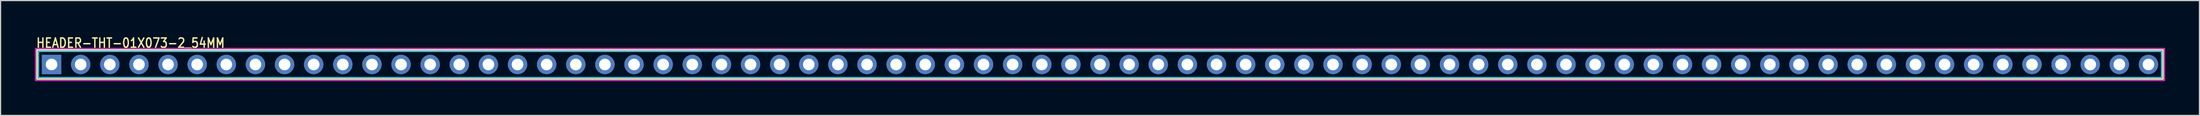
<source format=kicad_pcb>
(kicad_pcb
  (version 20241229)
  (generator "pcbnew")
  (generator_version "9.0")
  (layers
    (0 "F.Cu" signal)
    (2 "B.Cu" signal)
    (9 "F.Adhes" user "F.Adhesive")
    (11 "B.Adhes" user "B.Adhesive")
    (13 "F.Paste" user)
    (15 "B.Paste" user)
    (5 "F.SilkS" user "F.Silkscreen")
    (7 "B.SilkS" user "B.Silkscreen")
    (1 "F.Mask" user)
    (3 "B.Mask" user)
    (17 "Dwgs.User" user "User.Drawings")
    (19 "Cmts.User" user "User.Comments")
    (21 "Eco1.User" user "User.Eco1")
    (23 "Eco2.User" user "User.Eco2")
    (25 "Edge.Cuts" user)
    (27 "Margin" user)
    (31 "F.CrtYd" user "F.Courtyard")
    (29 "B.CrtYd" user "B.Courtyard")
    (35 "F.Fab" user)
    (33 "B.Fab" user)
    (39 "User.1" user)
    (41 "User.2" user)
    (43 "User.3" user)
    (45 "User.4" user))
  (footprint "HEADER-THT-01X073-2_54MM"
    (layer "F.Cu")
    (at 1.447 2.579)
    (property "Reference" "HEADER-THT-01X073-2_54MM" (at -1.4 -1.4 0) (unlocked yes) (layer "F.SilkS") (effects (font (size 0.813 0.695) (thickness 0.122)) (justify left bottom)))
    (fp_line (start -1.27 -1.27) (end -1.27 1.27) (stroke (width 0.127) (type solid)) (layer "F.SilkS"))
    (fp_line (start -1.27 1.27) (end 184.15 1.27) (stroke (width 0.127) (type solid)) (layer "F.SilkS"))
    (fp_line (start 184.15 -1.27) (end -1.27 -1.27) (stroke (width 0.127) (type solid)) (layer "F.SilkS"))
    (fp_line (start 184.15 1.27) (end 184.15 -1.27) (stroke (width 0.127) (type solid)) (layer "F.SilkS"))
    (fp_poly (pts (xy -1.143 -1.143) (xy 184.023 -1.143) (xy 184.023 1.143) (xy -1.143 1.143)) (stroke (width 0.1) (type solid)) (fill no) (layer "B.CrtYd"))
    (fp_poly (pts (xy -1.397 -1.397) (xy 184.277 -1.397) (xy 184.277 1.397) (xy -1.397 1.397)) (stroke (width 0.1) (type solid)) (fill no) (layer "F.CrtYd"))
    (pad "1" thru_hole rect (at 0 0) (size 1.693 1.693) (drill 1.016) (layers "*.Cu" "*.Mask"))
    (pad "2" thru_hole oval (at 2.54 0) (size 1.693 1.693) (drill 1.016) (layers "*.Cu" "*.Mask"))
    (pad "3" thru_hole oval (at 5.08 0) (size 1.693 1.693) (drill 1.016) (layers "*.Cu" "*.Mask"))
    (pad "4" thru_hole oval (at 7.62 0) (size 1.693 1.693) (drill 1.016) (layers "*.Cu" "*.Mask"))
    (pad "5" thru_hole oval (at 10.16 0) (size 1.693 1.693) (drill 1.016) (layers "*.Cu" "*.Mask"))
    (pad "6" thru_hole oval (at 12.7 0) (size 1.693 1.693) (drill 1.016) (layers "*.Cu" "*.Mask"))
    (pad "7" thru_hole oval (at 15.24 0) (size 1.693 1.693) (drill 1.016) (layers "*.Cu" "*.Mask"))
    (pad "8" thru_hole oval (at 17.78 0) (size 1.693 1.693) (drill 1.016) (layers "*.Cu" "*.Mask"))
    (pad "9" thru_hole oval (at 20.32 0) (size 1.693 1.693) (drill 1.016) (layers "*.Cu" "*.Mask"))
    (pad "10" thru_hole oval (at 22.86 0) (size 1.693 1.693) (drill 1.016) (layers "*.Cu" "*.Mask"))
    (pad "11" thru_hole oval (at 25.4 0) (size 1.693 1.693) (drill 1.016) (layers "*.Cu" "*.Mask"))
    (pad "12" thru_hole oval (at 27.94 0) (size 1.693 1.693) (drill 1.016) (layers "*.Cu" "*.Mask"))
    (pad "13" thru_hole oval (at 30.48 0) (size 1.693 1.693) (drill 1.016) (layers "*.Cu" "*.Mask"))
    (pad "14" thru_hole oval (at 33.02 0) (size 1.693 1.693) (drill 1.016) (layers "*.Cu" "*.Mask"))
    (pad "15" thru_hole oval (at 35.56 0) (size 1.693 1.693) (drill 1.016) (layers "*.Cu" "*.Mask"))
    (pad "16" thru_hole oval (at 38.1 0) (size 1.693 1.693) (drill 1.016) (layers "*.Cu" "*.Mask"))
    (pad "17" thru_hole oval (at 40.64 0) (size 1.693 1.693) (drill 1.016) (layers "*.Cu" "*.Mask"))
    (pad "18" thru_hole oval (at 43.18 0) (size 1.693 1.693) (drill 1.016) (layers "*.Cu" "*.Mask"))
    (pad "19" thru_hole oval (at 45.72 0) (size 1.693 1.693) (drill 1.016) (layers "*.Cu" "*.Mask"))
    (pad "20" thru_hole oval (at 48.26 0) (size 1.693 1.693) (drill 1.016) (layers "*.Cu" "*.Mask"))
    (pad "21" thru_hole oval (at 50.8 0) (size 1.693 1.693) (drill 1.016) (layers "*.Cu" "*.Mask"))
    (pad "22" thru_hole oval (at 53.34 0) (size 1.693 1.693) (drill 1.016) (layers "*.Cu" "*.Mask"))
    (pad "23" thru_hole oval (at 55.88 0) (size 1.693 1.693) (drill 1.016) (layers "*.Cu" "*.Mask"))
    (pad "24" thru_hole oval (at 58.42 0) (size 1.693 1.693) (drill 1.016) (layers "*.Cu" "*.Mask"))
    (pad "25" thru_hole oval (at 60.96 0) (size 1.693 1.693) (drill 1.016) (layers "*.Cu" "*.Mask"))
    (pad "26" thru_hole oval (at 63.5 0) (size 1.693 1.693) (drill 1.016) (layers "*.Cu" "*.Mask"))
    (pad "27" thru_hole oval (at 66.04 0) (size 1.693 1.693) (drill 1.016) (layers "*.Cu" "*.Mask"))
    (pad "28" thru_hole oval (at 68.58 0) (size 1.693 1.693) (drill 1.016) (layers "*.Cu" "*.Mask"))
    (pad "29" thru_hole oval (at 71.12 0) (size 1.693 1.693) (drill 1.016) (layers "*.Cu" "*.Mask"))
    (pad "30" thru_hole oval (at 73.66 0) (size 1.693 1.693) (drill 1.016) (layers "*.Cu" "*.Mask"))
    (pad "31" thru_hole oval (at 76.2 0) (size 1.693 1.693) (drill 1.016) (layers "*.Cu" "*.Mask"))
    (pad "32" thru_hole oval (at 78.74 0) (size 1.693 1.693) (drill 1.016) (layers "*.Cu" "*.Mask"))
    (pad "33" thru_hole oval (at 81.28 0) (size 1.693 1.693) (drill 1.016) (layers "*.Cu" "*.Mask"))
    (pad "34" thru_hole oval (at 83.82 0) (size 1.693 1.693) (drill 1.016) (layers "*.Cu" "*.Mask"))
    (pad "35" thru_hole oval (at 86.36 0) (size 1.693 1.693) (drill 1.016) (layers "*.Cu" "*.Mask"))
    (pad "36" thru_hole oval (at 88.9 0) (size 1.693 1.693) (drill 1.016) (layers "*.Cu" "*.Mask"))
    (pad "37" thru_hole oval (at 91.44 0) (size 1.693 1.693) (drill 1.016) (layers "*.Cu" "*.Mask"))
    (pad "38" thru_hole oval (at 93.98 0) (size 1.693 1.693) (drill 1.016) (layers "*.Cu" "*.Mask"))
    (pad "39" thru_hole oval (at 96.52 0) (size 1.693 1.693) (drill 1.016) (layers "*.Cu" "*.Mask"))
    (pad "40" thru_hole oval (at 99.06 0) (size 1.693 1.693) (drill 1.016) (layers "*.Cu" "*.Mask"))
    (pad "41" thru_hole oval (at 101.6 0) (size 1.693 1.693) (drill 1.016) (layers "*.Cu" "*.Mask"))
    (pad "42" thru_hole oval (at 104.14 0) (size 1.693 1.693) (drill 1.016) (layers "*.Cu" "*.Mask"))
    (pad "43" thru_hole oval (at 106.68 0) (size 1.693 1.693) (drill 1.016) (layers "*.Cu" "*.Mask"))
    (pad "44" thru_hole oval (at 109.22 0) (size 1.693 1.693) (drill 1.016) (layers "*.Cu" "*.Mask"))
    (pad "45" thru_hole oval (at 111.76 0) (size 1.693 1.693) (drill 1.016) (layers "*.Cu" "*.Mask"))
    (pad "46" thru_hole oval (at 114.3 0) (size 1.693 1.693) (drill 1.016) (layers "*.Cu" "*.Mask"))
    (pad "47" thru_hole oval (at 116.84 0) (size 1.693 1.693) (drill 1.016) (layers "*.Cu" "*.Mask"))
    (pad "48" thru_hole oval (at 119.38 0) (size 1.693 1.693) (drill 1.016) (layers "*.Cu" "*.Mask"))
    (pad "49" thru_hole oval (at 121.92 0) (size 1.693 1.693) (drill 1.016) (layers "*.Cu" "*.Mask"))
    (pad "50" thru_hole oval (at 124.46 0) (size 1.693 1.693) (drill 1.016) (layers "*.Cu" "*.Mask"))
    (pad "51" thru_hole oval (at 127 0) (size 1.693 1.693) (drill 1.016) (layers "*.Cu" "*.Mask"))
    (pad "52" thru_hole oval (at 129.54 0) (size 1.693 1.693) (drill 1.016) (layers "*.Cu" "*.Mask"))
    (pad "53" thru_hole oval (at 132.08 0) (size 1.693 1.693) (drill 1.016) (layers "*.Cu" "*.Mask"))
    (pad "54" thru_hole oval (at 134.62 0) (size 1.693 1.693) (drill 1.016) (layers "*.Cu" "*.Mask"))
    (pad "55" thru_hole oval (at 137.16 0) (size 1.693 1.693) (drill 1.016) (layers "*.Cu" "*.Mask"))
    (pad "56" thru_hole oval (at 139.7 0) (size 1.693 1.693) (drill 1.016) (layers "*.Cu" "*.Mask"))
    (pad "57" thru_hole oval (at 142.24 0) (size 1.693 1.693) (drill 1.016) (layers "*.Cu" "*.Mask"))
    (pad "58" thru_hole oval (at 144.78 0) (size 1.693 1.693) (drill 1.016) (layers "*.Cu" "*.Mask"))
    (pad "59" thru_hole oval (at 147.32 0) (size 1.693 1.693) (drill 1.016) (layers "*.Cu" "*.Mask"))
    (pad "60" thru_hole oval (at 149.86 0) (size 1.693 1.693) (drill 1.016) (layers "*.Cu" "*.Mask"))
    (pad "61" thru_hole oval (at 152.4 0) (size 1.693 1.693) (drill 1.016) (layers "*.Cu" "*.Mask"))
    (pad "62" thru_hole oval (at 154.94 0) (size 1.693 1.693) (drill 1.016) (layers "*.Cu" "*.Mask"))
    (pad "63" thru_hole oval (at 157.48 0) (size 1.693 1.693) (drill 1.016) (layers "*.Cu" "*.Mask"))
    (pad "64" thru_hole oval (at 160.02 0) (size 1.693 1.693) (drill 1.016) (layers "*.Cu" "*.Mask"))
    (pad "65" thru_hole oval (at 162.56 0) (size 1.693 1.693) (drill 1.016) (layers "*.Cu" "*.Mask"))
    (pad "66" thru_hole oval (at 165.1 0) (size 1.693 1.693) (drill 1.016) (layers "*.Cu" "*.Mask"))
    (pad "67" thru_hole oval (at 167.64 0) (size 1.693 1.693) (drill 1.016) (layers "*.Cu" "*.Mask"))
    (pad "68" thru_hole oval (at 170.18 0) (size 1.693 1.693) (drill 1.016) (layers "*.Cu" "*.Mask"))
    (pad "69" thru_hole oval (at 172.72 0) (size 1.693 1.693) (drill 1.016) (layers "*.Cu" "*.Mask"))
    (pad "70" thru_hole oval (at 175.26 0) (size 1.693 1.693) (drill 1.016) (layers "*.Cu" "*.Mask"))
    (pad "71" thru_hole oval (at 177.8 0) (size 1.693 1.693) (drill 1.016) (layers "*.Cu" "*.Mask"))
    (pad "72" thru_hole oval (at 180.34 0) (size 1.693 1.693) (drill 1.016) (layers "*.Cu" "*.Mask"))
    (pad "73" thru_hole oval (at 182.88 0) (size 1.693 1.693) (drill 1.016) (layers "*.Cu" "*.Mask")))
  (gr_rect
    (start -3 -3)
    (end 188.774 7.026)
    (stroke (width 0.1) (type default))
    (fill no)
    (layer "Edge.Cuts")))
</source>
